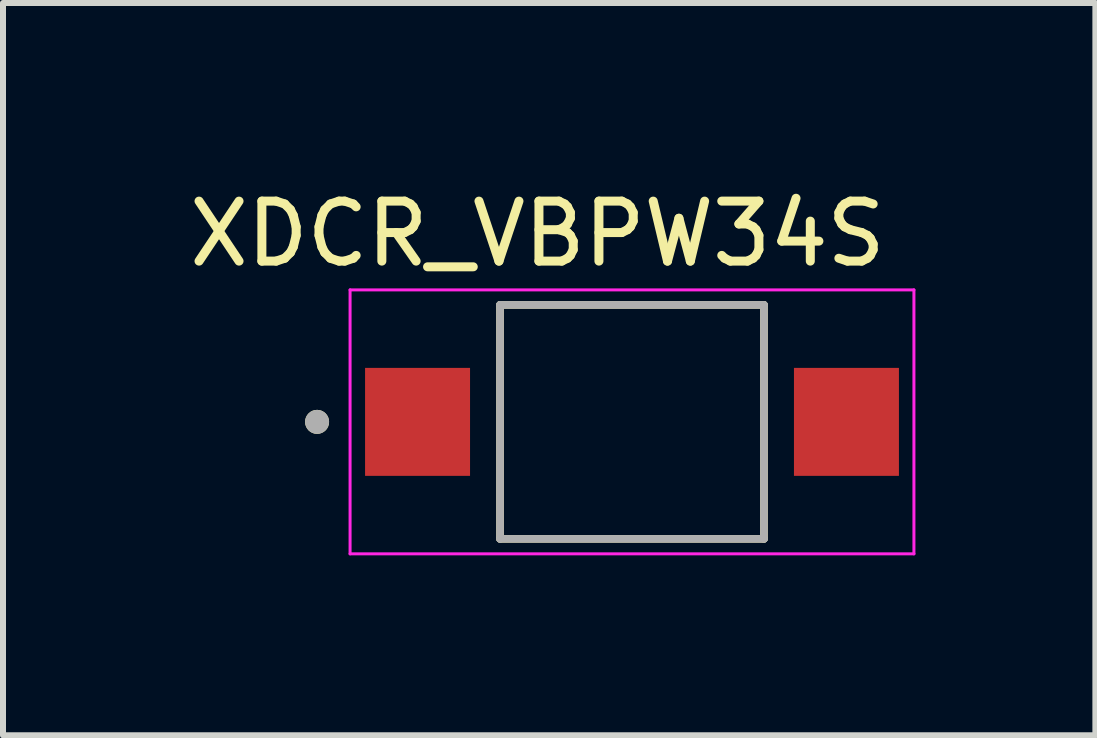
<source format=kicad_pcb>
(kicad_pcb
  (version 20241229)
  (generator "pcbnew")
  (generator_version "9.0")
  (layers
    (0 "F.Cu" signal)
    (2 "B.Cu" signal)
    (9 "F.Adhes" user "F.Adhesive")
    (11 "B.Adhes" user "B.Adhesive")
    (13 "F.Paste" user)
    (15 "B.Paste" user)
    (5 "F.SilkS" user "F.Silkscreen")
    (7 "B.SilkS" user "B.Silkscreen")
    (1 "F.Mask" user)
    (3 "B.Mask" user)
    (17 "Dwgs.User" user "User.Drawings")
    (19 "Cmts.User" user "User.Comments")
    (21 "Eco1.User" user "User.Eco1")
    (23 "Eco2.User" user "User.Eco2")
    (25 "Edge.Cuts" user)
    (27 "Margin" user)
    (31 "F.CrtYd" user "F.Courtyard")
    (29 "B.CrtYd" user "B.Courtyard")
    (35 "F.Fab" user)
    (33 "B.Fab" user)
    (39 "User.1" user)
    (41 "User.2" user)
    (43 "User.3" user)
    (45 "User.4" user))
  (footprint "XDCR_VBPW34S"
    (layer "F.Cu")
    (at 7.486 3.983)
    (property "Reference" "XDCR_VBPW34S" (at -1.575 -3.135 0) (layer "F.SilkS") (effects (font (size 1 1) (thickness 0.15))))
    (attr smd)
    (fp_line (start -2.2 -1.95) (end -2.2 1.95) (stroke (width 0.127) (type solid)) (layer "F.SilkS"))
    (fp_line (start -2.2 1.95) (end 2.2 1.95) (stroke (width 0.127) (type solid)) (layer "F.SilkS"))
    (fp_line (start 2.2 -1.95) (end -2.2 -1.95) (stroke (width 0.127) (type solid)) (layer "F.SilkS"))
    (fp_line (start 2.2 1.95) (end 2.2 -1.95) (stroke (width 0.127) (type solid)) (layer "F.SilkS"))
    (fp_circle (center -5.25 0) (end -5.15 0) (stroke (width 0.2) (type solid)) (fill no) (layer "F.SilkS"))
    (fp_line (start -4.7 -2.2) (end 4.7 -2.2) (stroke (width 0.05) (type solid)) (layer "F.CrtYd"))
    (fp_line (start -4.7 2.2) (end -4.7 -2.2) (stroke (width 0.05) (type solid)) (layer "F.CrtYd"))
    (fp_line (start 4.7 -2.2) (end 4.7 2.2) (stroke (width 0.05) (type solid)) (layer "F.CrtYd"))
    (fp_line (start 4.7 2.2) (end -4.7 2.2) (stroke (width 0.05) (type solid)) (layer "F.CrtYd"))
    (fp_line (start -2.2 -1.95) (end 2.2 -1.95) (stroke (width 0.127) (type solid)) (layer "F.Fab"))
    (fp_line (start -2.2 1.95) (end -2.2 -1.95) (stroke (width 0.127) (type solid)) (layer "F.Fab"))
    (fp_line (start 2.2 -1.95) (end 2.2 1.95) (stroke (width 0.127) (type solid)) (layer "F.Fab"))
    (fp_line (start 2.2 1.95) (end -2.2 1.95) (stroke (width 0.127) (type solid)) (layer "F.Fab"))
    (fp_circle (center -5.25 0) (end -5.15 0) (stroke (width 0.2) (type solid)) (fill no) (layer "F.Fab"))
    (pad "A" smd rect (at 3.575 0) (size 1.75 1.8) (layers "F.Cu" "F.Mask" "F.Paste"))
    (pad "K" smd rect (at -3.575 0) (size 1.75 1.8) (layers "F.Cu" "F.Mask" "F.Paste")))
  (gr_rect
    (start -3 -3)
    (end 15.211 9.208)
    (stroke (width 0.1) (type default))
    (fill no)
    (layer "Edge.Cuts")))
</source>
